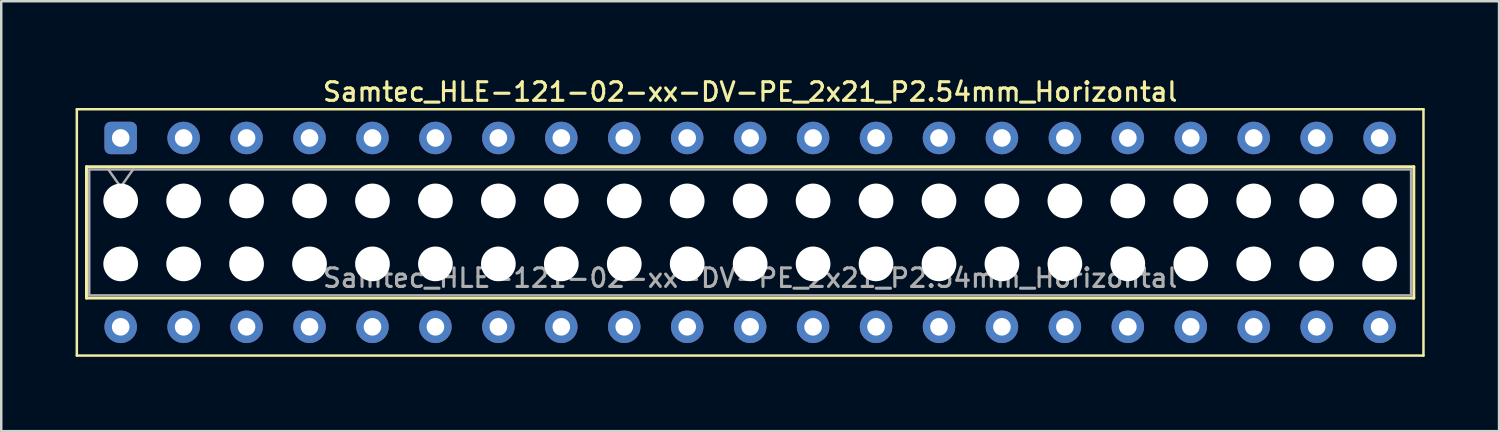
<source format=kicad_pcb>
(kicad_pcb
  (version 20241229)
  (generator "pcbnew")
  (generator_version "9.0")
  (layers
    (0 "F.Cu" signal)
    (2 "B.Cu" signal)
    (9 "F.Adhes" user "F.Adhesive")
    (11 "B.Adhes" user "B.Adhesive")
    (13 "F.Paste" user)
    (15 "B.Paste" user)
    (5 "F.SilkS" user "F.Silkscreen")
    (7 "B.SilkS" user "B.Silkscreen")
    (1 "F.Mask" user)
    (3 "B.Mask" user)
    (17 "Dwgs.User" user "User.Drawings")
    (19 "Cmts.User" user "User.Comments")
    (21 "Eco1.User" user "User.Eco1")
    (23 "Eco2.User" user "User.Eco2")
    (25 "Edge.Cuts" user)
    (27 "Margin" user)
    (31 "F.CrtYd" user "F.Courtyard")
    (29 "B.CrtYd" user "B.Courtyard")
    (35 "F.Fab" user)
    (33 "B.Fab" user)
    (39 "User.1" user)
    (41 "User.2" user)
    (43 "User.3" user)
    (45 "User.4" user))
  (footprint "Samtec_HLE-121-02-xx-DV-PE_2x21_P2.54mm_Horizontal"
    (layer "F.Cu")
    (at 1.82 2.518)
    (property "Reference" "Samtec_HLE-121-02-xx-DV-PE_2x21_P2.54mm_Horizontal" (at 25.4 -1.86 0) (layer "F.SilkS") (effects (font (size 0.75 0.75) (thickness 0.125))))
    (attr through_hole)
    (fp_line (start -1.77 -1.16) (end 52.57 -1.16) (stroke (width 0.1) (type solid)) (layer "F.SilkS"))
    (fp_line (start -1.77 8.78) (end -1.77 -1.16) (stroke (width 0.1) (type solid)) (layer "F.SilkS"))
    (fp_line (start -1.38 1.16) (end 52.18 1.16) (stroke (width 0.12) (type solid)) (layer "F.SilkS"))
    (fp_line (start -1.38 6.46) (end -1.38 1.16) (stroke (width 0.12) (type solid)) (layer "F.SilkS"))
    (fp_line (start 52.18 1.16) (end 52.18 6.46) (stroke (width 0.12) (type solid)) (layer "F.SilkS"))
    (fp_line (start 52.18 6.46) (end -1.38 6.46) (stroke (width 0.12) (type solid)) (layer "F.SilkS"))
    (fp_line (start 52.57 -1.16) (end 52.57 8.78) (stroke (width 0.1) (type solid)) (layer "F.SilkS"))
    (fp_line (start 52.57 8.78) (end -1.77 8.78) (stroke (width 0.1) (type solid)) (layer "F.SilkS"))
    (fp_line (start -1.27 1.27) (end 52.07 1.27) (stroke (width 0.1) (type solid)) (layer "F.Fab"))
    (fp_line (start -1.27 6.35) (end -1.27 1.27) (stroke (width 0.1) (type solid)) (layer "F.Fab"))
    (fp_line (start -0.5 1.27) (end 0 1.977) (stroke (width 0.1) (type solid)) (layer "F.Fab"))
    (fp_line (start 0 1.977) (end 0.5 1.27) (stroke (width 0.1) (type solid)) (layer "F.Fab"))
    (fp_line (start 52.07 1.27) (end 52.07 6.35) (stroke (width 0.1) (type solid)) (layer "F.Fab"))
    (fp_line (start 52.07 6.35) (end -1.27 6.35) (stroke (width 0.1) (type solid)) (layer "F.Fab"))
    (fp_text user "${REFERENCE}" (at 25.4 5.65 0) (layer "F.Fab") (effects (font (size 0.75 0.75) (thickness 0.125))))
    (pad "" np_thru_hole circle (at 0 2.54) (size 1.4 1.4) (drill 1.4) (layers "*.Cu" "*.Mask"))
    (pad "" np_thru_hole circle (at 0 5.08) (size 1.4 1.4) (drill 1.4) (layers "*.Cu" "*.Mask"))
    (pad "" np_thru_hole circle (at 2.54 2.54) (size 1.4 1.4) (drill 1.4) (layers "*.Cu" "*.Mask"))
    (pad "" np_thru_hole circle (at 2.54 5.08) (size 1.4 1.4) (drill 1.4) (layers "*.Cu" "*.Mask"))
    (pad "" np_thru_hole circle (at 5.08 2.54) (size 1.4 1.4) (drill 1.4) (layers "*.Cu" "*.Mask"))
    (pad "" np_thru_hole circle (at 5.08 5.08) (size 1.4 1.4) (drill 1.4) (layers "*.Cu" "*.Mask"))
    (pad "" np_thru_hole circle (at 7.62 2.54) (size 1.4 1.4) (drill 1.4) (layers "*.Cu" "*.Mask"))
    (pad "" np_thru_hole circle (at 7.62 5.08) (size 1.4 1.4) (drill 1.4) (layers "*.Cu" "*.Mask"))
    (pad "" np_thru_hole circle (at 10.16 2.54) (size 1.4 1.4) (drill 1.4) (layers "*.Cu" "*.Mask"))
    (pad "" np_thru_hole circle (at 10.16 5.08) (size 1.4 1.4) (drill 1.4) (layers "*.Cu" "*.Mask"))
    (pad "" np_thru_hole circle (at 12.7 2.54) (size 1.4 1.4) (drill 1.4) (layers "*.Cu" "*.Mask"))
    (pad "" np_thru_hole circle (at 12.7 5.08) (size 1.4 1.4) (drill 1.4) (layers "*.Cu" "*.Mask"))
    (pad "" np_thru_hole circle (at 15.24 2.54) (size 1.4 1.4) (drill 1.4) (layers "*.Cu" "*.Mask"))
    (pad "" np_thru_hole circle (at 15.24 5.08) (size 1.4 1.4) (drill 1.4) (layers "*.Cu" "*.Mask"))
    (pad "" np_thru_hole circle (at 17.78 2.54) (size 1.4 1.4) (drill 1.4) (layers "*.Cu" "*.Mask"))
    (pad "" np_thru_hole circle (at 17.78 5.08) (size 1.4 1.4) (drill 1.4) (layers "*.Cu" "*.Mask"))
    (pad "" np_thru_hole circle (at 20.32 2.54) (size 1.4 1.4) (drill 1.4) (layers "*.Cu" "*.Mask"))
    (pad "" np_thru_hole circle (at 20.32 5.08) (size 1.4 1.4) (drill 1.4) (layers "*.Cu" "*.Mask"))
    (pad "" np_thru_hole circle (at 22.86 2.54) (size 1.4 1.4) (drill 1.4) (layers "*.Cu" "*.Mask"))
    (pad "" np_thru_hole circle (at 22.86 5.08) (size 1.4 1.4) (drill 1.4) (layers "*.Cu" "*.Mask"))
    (pad "" np_thru_hole circle (at 25.4 2.54) (size 1.4 1.4) (drill 1.4) (layers "*.Cu" "*.Mask"))
    (pad "" np_thru_hole circle (at 25.4 5.08) (size 1.4 1.4) (drill 1.4) (layers "*.Cu" "*.Mask"))
    (pad "" np_thru_hole circle (at 27.94 2.54) (size 1.4 1.4) (drill 1.4) (layers "*.Cu" "*.Mask"))
    (pad "" np_thru_hole circle (at 27.94 5.08) (size 1.4 1.4) (drill 1.4) (layers "*.Cu" "*.Mask"))
    (pad "" np_thru_hole circle (at 30.48 2.54) (size 1.4 1.4) (drill 1.4) (layers "*.Cu" "*.Mask"))
    (pad "" np_thru_hole circle (at 30.48 5.08) (size 1.4 1.4) (drill 1.4) (layers "*.Cu" "*.Mask"))
    (pad "" np_thru_hole circle (at 33.02 2.54) (size 1.4 1.4) (drill 1.4) (layers "*.Cu" "*.Mask"))
    (pad "" np_thru_hole circle (at 33.02 5.08) (size 1.4 1.4) (drill 1.4) (layers "*.Cu" "*.Mask"))
    (pad "" np_thru_hole circle (at 35.56 2.54) (size 1.4 1.4) (drill 1.4) (layers "*.Cu" "*.Mask"))
    (pad "" np_thru_hole circle (at 35.56 5.08) (size 1.4 1.4) (drill 1.4) (layers "*.Cu" "*.Mask"))
    (pad "" np_thru_hole circle (at 38.1 2.54) (size 1.4 1.4) (drill 1.4) (layers "*.Cu" "*.Mask"))
    (pad "" np_thru_hole circle (at 38.1 5.08) (size 1.4 1.4) (drill 1.4) (layers "*.Cu" "*.Mask"))
    (pad "" np_thru_hole circle (at 40.64 2.54) (size 1.4 1.4) (drill 1.4) (layers "*.Cu" "*.Mask"))
    (pad "" np_thru_hole circle (at 40.64 5.08) (size 1.4 1.4) (drill 1.4) (layers "*.Cu" "*.Mask"))
    (pad "" np_thru_hole circle (at 43.18 2.54) (size 1.4 1.4) (drill 1.4) (layers "*.Cu" "*.Mask"))
    (pad "" np_thru_hole circle (at 43.18 5.08) (size 1.4 1.4) (drill 1.4) (layers "*.Cu" "*.Mask"))
    (pad "" np_thru_hole circle (at 45.72 2.54) (size 1.4 1.4) (drill 1.4) (layers "*.Cu" "*.Mask"))
    (pad "" np_thru_hole circle (at 45.72 5.08) (size 1.4 1.4) (drill 1.4) (layers "*.Cu" "*.Mask"))
    (pad "" np_thru_hole circle (at 48.26 2.54) (size 1.4 1.4) (drill 1.4) (layers "*.Cu" "*.Mask"))
    (pad "" np_thru_hole circle (at 48.26 5.08) (size 1.4 1.4) (drill 1.4) (layers "*.Cu" "*.Mask"))
    (pad "" np_thru_hole circle (at 50.8 2.54) (size 1.4 1.4) (drill 1.4) (layers "*.Cu" "*.Mask"))
    (pad "" np_thru_hole circle (at 50.8 5.08) (size 1.4 1.4) (drill 1.4) (layers "*.Cu" "*.Mask"))
    (pad "1" thru_hole roundrect (at 0 0) (size 1.31 1.31) (drill 0.71) (layers "*.Cu" "*.Mask") (roundrect_rratio 0.191))
    (pad "2" thru_hole circle (at 0 7.62) (size 1.31 1.31) (drill 0.71) (layers "*.Cu" "*.Mask"))
    (pad "3" thru_hole circle (at 2.54 0) (size 1.31 1.31) (drill 0.71) (layers "*.Cu" "*.Mask"))
    (pad "4" thru_hole circle (at 2.54 7.62) (size 1.31 1.31) (drill 0.71) (layers "*.Cu" "*.Mask"))
    (pad "5" thru_hole circle (at 5.08 0) (size 1.31 1.31) (drill 0.71) (layers "*.Cu" "*.Mask"))
    (pad "6" thru_hole circle (at 5.08 7.62) (size 1.31 1.31) (drill 0.71) (layers "*.Cu" "*.Mask"))
    (pad "7" thru_hole circle (at 7.62 0) (size 1.31 1.31) (drill 0.71) (layers "*.Cu" "*.Mask"))
    (pad "8" thru_hole circle (at 7.62 7.62) (size 1.31 1.31) (drill 0.71) (layers "*.Cu" "*.Mask"))
    (pad "9" thru_hole circle (at 10.16 0) (size 1.31 1.31) (drill 0.71) (layers "*.Cu" "*.Mask"))
    (pad "10" thru_hole circle (at 10.16 7.62) (size 1.31 1.31) (drill 0.71) (layers "*.Cu" "*.Mask"))
    (pad "11" thru_hole circle (at 12.7 0) (size 1.31 1.31) (drill 0.71) (layers "*.Cu" "*.Mask"))
    (pad "12" thru_hole circle (at 12.7 7.62) (size 1.31 1.31) (drill 0.71) (layers "*.Cu" "*.Mask"))
    (pad "13" thru_hole circle (at 15.24 0) (size 1.31 1.31) (drill 0.71) (layers "*.Cu" "*.Mask"))
    (pad "14" thru_hole circle (at 15.24 7.62) (size 1.31 1.31) (drill 0.71) (layers "*.Cu" "*.Mask"))
    (pad "15" thru_hole circle (at 17.78 0) (size 1.31 1.31) (drill 0.71) (layers "*.Cu" "*.Mask"))
    (pad "16" thru_hole circle (at 17.78 7.62) (size 1.31 1.31) (drill 0.71) (layers "*.Cu" "*.Mask"))
    (pad "17" thru_hole circle (at 20.32 0) (size 1.31 1.31) (drill 0.71) (layers "*.Cu" "*.Mask"))
    (pad "18" thru_hole circle (at 20.32 7.62) (size 1.31 1.31) (drill 0.71) (layers "*.Cu" "*.Mask"))
    (pad "19" thru_hole circle (at 22.86 0) (size 1.31 1.31) (drill 0.71) (layers "*.Cu" "*.Mask"))
    (pad "20" thru_hole circle (at 22.86 7.62) (size 1.31 1.31) (drill 0.71) (layers "*.Cu" "*.Mask"))
    (pad "21" thru_hole circle (at 25.4 0) (size 1.31 1.31) (drill 0.71) (layers "*.Cu" "*.Mask"))
    (pad "22" thru_hole circle (at 25.4 7.62) (size 1.31 1.31) (drill 0.71) (layers "*.Cu" "*.Mask"))
    (pad "23" thru_hole circle (at 27.94 0) (size 1.31 1.31) (drill 0.71) (layers "*.Cu" "*.Mask"))
    (pad "24" thru_hole circle (at 27.94 7.62) (size 1.31 1.31) (drill 0.71) (layers "*.Cu" "*.Mask"))
    (pad "25" thru_hole circle (at 30.48 0) (size 1.31 1.31) (drill 0.71) (layers "*.Cu" "*.Mask"))
    (pad "26" thru_hole circle (at 30.48 7.62) (size 1.31 1.31) (drill 0.71) (layers "*.Cu" "*.Mask"))
    (pad "27" thru_hole circle (at 33.02 0) (size 1.31 1.31) (drill 0.71) (layers "*.Cu" "*.Mask"))
    (pad "28" thru_hole circle (at 33.02 7.62) (size 1.31 1.31) (drill 0.71) (layers "*.Cu" "*.Mask"))
    (pad "29" thru_hole circle (at 35.56 0) (size 1.31 1.31) (drill 0.71) (layers "*.Cu" "*.Mask"))
    (pad "30" thru_hole circle (at 35.56 7.62) (size 1.31 1.31) (drill 0.71) (layers "*.Cu" "*.Mask"))
    (pad "31" thru_hole circle (at 38.1 0) (size 1.31 1.31) (drill 0.71) (layers "*.Cu" "*.Mask"))
    (pad "32" thru_hole circle (at 38.1 7.62) (size 1.31 1.31) (drill 0.71) (layers "*.Cu" "*.Mask"))
    (pad "33" thru_hole circle (at 40.64 0) (size 1.31 1.31) (drill 0.71) (layers "*.Cu" "*.Mask"))
    (pad "34" thru_hole circle (at 40.64 7.62) (size 1.31 1.31) (drill 0.71) (layers "*.Cu" "*.Mask"))
    (pad "35" thru_hole circle (at 43.18 0) (size 1.31 1.31) (drill 0.71) (layers "*.Cu" "*.Mask"))
    (pad "36" thru_hole circle (at 43.18 7.62) (size 1.31 1.31) (drill 0.71) (layers "*.Cu" "*.Mask"))
    (pad "37" thru_hole circle (at 45.72 0) (size 1.31 1.31) (drill 0.71) (layers "*.Cu" "*.Mask"))
    (pad "38" thru_hole circle (at 45.72 7.62) (size 1.31 1.31) (drill 0.71) (layers "*.Cu" "*.Mask"))
    (pad "39" thru_hole circle (at 48.26 0) (size 1.31 1.31) (drill 0.71) (layers "*.Cu" "*.Mask"))
    (pad "40" thru_hole circle (at 48.26 7.62) (size 1.31 1.31) (drill 0.71) (layers "*.Cu" "*.Mask"))
    (pad "41" thru_hole circle (at 50.8 0) (size 1.31 1.31) (drill 0.71) (layers "*.Cu" "*.Mask"))
    (pad "42" thru_hole circle (at 50.8 7.62) (size 1.31 1.31) (drill 0.71) (layers "*.Cu" "*.Mask")))
  (gr_rect
    (start -3 -3)
    (end 57.44 14.348)
    (stroke (width 0.1) (type default))
    (fill no)
    (layer "Edge.Cuts")))
</source>
